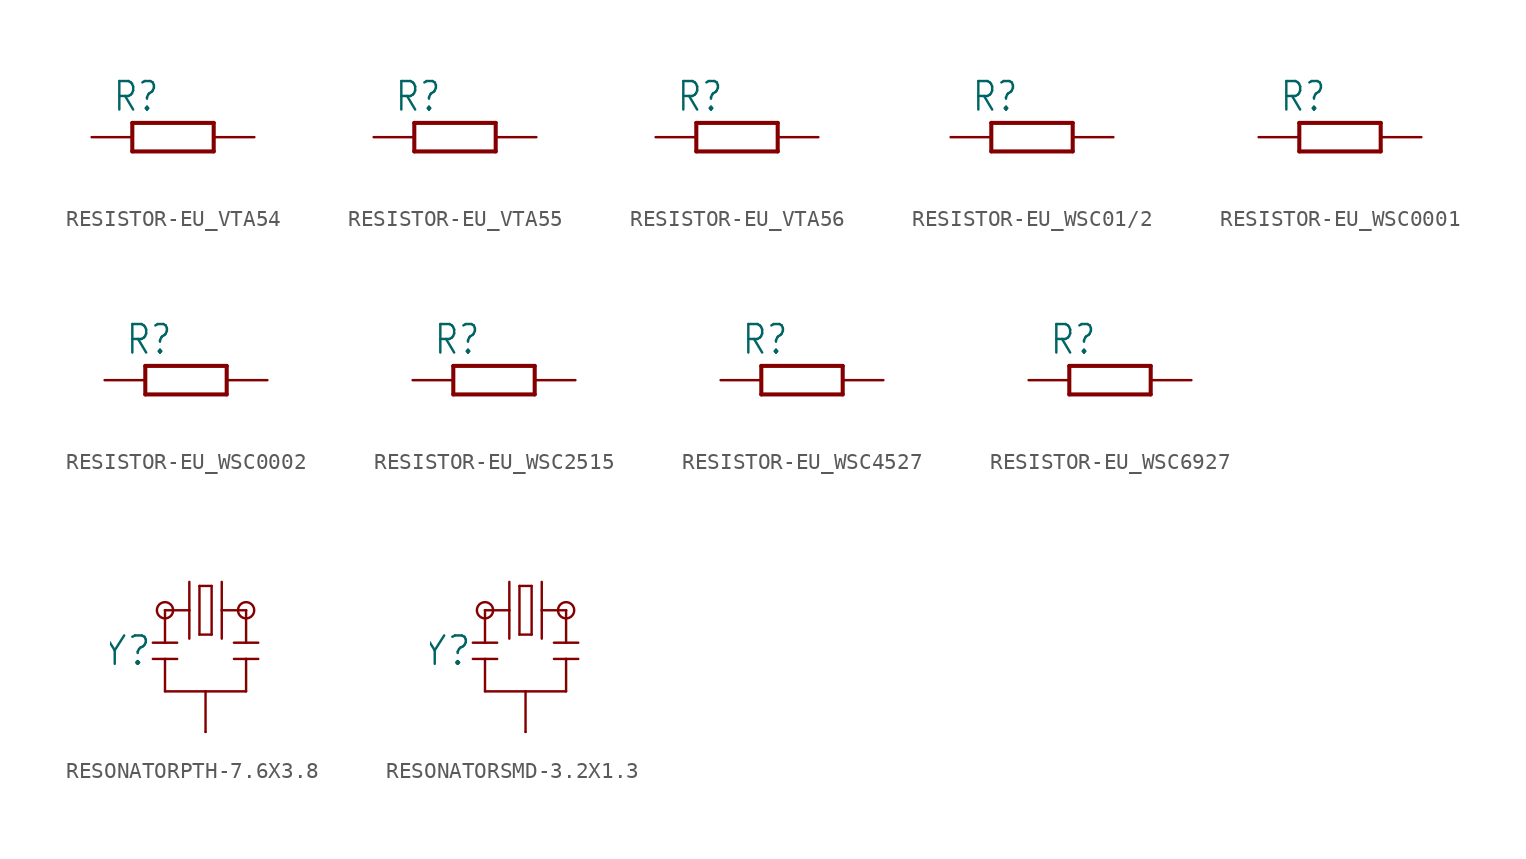
<source format=kicad_sym>
(kicad_symbol_lib
  (version 20231120)
  (generator "kicad_symbol_editor")
  (generator_version "8.0")
  (symbol "RESISTOR-EU_VTA54"
    (property "Reference" "R"
      (at -3.81 1.499 0)
      (effects (font (size 1.778 1.511)) (justify left bottom)))
    (property "Value" ""
      (at -3.81 -3.302 0)
      (effects (font (size 1.778 1.511)) (justify left bottom)))
    (property "ki_locked" ""
      (at 0 0 0)
      (effects (font (size 1.27 1.27))))
    (symbol "RESISTOR-EU_VTA54_1_0"
      (polyline (pts (xy -2.54 -0.889) (xy -2.54 0.889)) (stroke (width 0.254) (type solid)) (fill (type none)))
      (polyline (pts (xy -2.54 -0.889) (xy 2.54 -0.889)) (stroke (width 0.254) (type solid)) (fill (type none)))
      (polyline (pts (xy 2.54 -0.889) (xy 2.54 0.889)) (stroke (width 0.254) (type solid)) (fill (type none)))
      (polyline (pts (xy 2.54 0.889) (xy -2.54 0.889)) (stroke (width 0.254) (type solid)) (fill (type none)))
      (pin passive line (at -5.08 0 0) (length 2.54) (name "1" (effects (font (size 0 0)))) (number "1" (effects (font (size 0 0)))))
      (pin passive line (at 5.08 0 180) (length 2.54) (name "2" (effects (font (size 0 0)))) (number "2" (effects (font (size 0 0)))))))
  (symbol "RESISTOR-EU_VTA55"
    (property "Reference" "R"
      (at -3.81 1.499 0)
      (effects (font (size 1.778 1.511)) (justify left bottom)))
    (property "Value" ""
      (at -3.81 -3.302 0)
      (effects (font (size 1.778 1.511)) (justify left bottom)))
    (property "ki_locked" ""
      (at 0 0 0)
      (effects (font (size 1.27 1.27))))
    (symbol "RESISTOR-EU_VTA55_1_0"
      (polyline (pts (xy -2.54 -0.889) (xy -2.54 0.889)) (stroke (width 0.254) (type solid)) (fill (type none)))
      (polyline (pts (xy -2.54 -0.889) (xy 2.54 -0.889)) (stroke (width 0.254) (type solid)) (fill (type none)))
      (polyline (pts (xy 2.54 -0.889) (xy 2.54 0.889)) (stroke (width 0.254) (type solid)) (fill (type none)))
      (polyline (pts (xy 2.54 0.889) (xy -2.54 0.889)) (stroke (width 0.254) (type solid)) (fill (type none)))
      (pin passive line (at -5.08 0 0) (length 2.54) (name "1" (effects (font (size 0 0)))) (number "1" (effects (font (size 0 0)))))
      (pin passive line (at 5.08 0 180) (length 2.54) (name "2" (effects (font (size 0 0)))) (number "2" (effects (font (size 0 0)))))))
  (symbol "RESISTOR-EU_VTA56"
    (property "Reference" "R"
      (at -3.81 1.499 0)
      (effects (font (size 1.778 1.511)) (justify left bottom)))
    (property "Value" ""
      (at -3.81 -3.302 0)
      (effects (font (size 1.778 1.511)) (justify left bottom)))
    (property "ki_locked" ""
      (at 0 0 0)
      (effects (font (size 1.27 1.27))))
    (symbol "RESISTOR-EU_VTA56_1_0"
      (polyline (pts (xy -2.54 -0.889) (xy -2.54 0.889)) (stroke (width 0.254) (type solid)) (fill (type none)))
      (polyline (pts (xy -2.54 -0.889) (xy 2.54 -0.889)) (stroke (width 0.254) (type solid)) (fill (type none)))
      (polyline (pts (xy 2.54 -0.889) (xy 2.54 0.889)) (stroke (width 0.254) (type solid)) (fill (type none)))
      (polyline (pts (xy 2.54 0.889) (xy -2.54 0.889)) (stroke (width 0.254) (type solid)) (fill (type none)))
      (pin passive line (at -5.08 0 0) (length 2.54) (name "1" (effects (font (size 0 0)))) (number "1" (effects (font (size 0 0)))))
      (pin passive line (at 5.08 0 180) (length 2.54) (name "2" (effects (font (size 0 0)))) (number "2" (effects (font (size 0 0)))))))
  (symbol "RESISTOR-EU_WSC01/2"
    (property "Reference" "R"
      (at -3.81 1.499 0)
      (effects (font (size 1.778 1.511)) (justify left bottom)))
    (property "Value" ""
      (at -3.81 -3.302 0)
      (effects (font (size 1.778 1.511)) (justify left bottom)))
    (property "ki_locked" ""
      (at 0 0 0)
      (effects (font (size 1.27 1.27))))
    (symbol "RESISTOR-EU_WSC01/2_1_0"
      (polyline (pts (xy -2.54 -0.889) (xy -2.54 0.889)) (stroke (width 0.254) (type solid)) (fill (type none)))
      (polyline (pts (xy -2.54 -0.889) (xy 2.54 -0.889)) (stroke (width 0.254) (type solid)) (fill (type none)))
      (polyline (pts (xy 2.54 -0.889) (xy 2.54 0.889)) (stroke (width 0.254) (type solid)) (fill (type none)))
      (polyline (pts (xy 2.54 0.889) (xy -2.54 0.889)) (stroke (width 0.254) (type solid)) (fill (type none)))
      (pin passive line (at -5.08 0 0) (length 2.54) (name "1" (effects (font (size 0 0)))) (number "1" (effects (font (size 0 0)))))
      (pin passive line (at 5.08 0 180) (length 2.54) (name "2" (effects (font (size 0 0)))) (number "2" (effects (font (size 0 0)))))))
  (symbol "RESISTOR-EU_WSC0001"
    (property "Reference" "R"
      (at -3.81 1.499 0)
      (effects (font (size 1.778 1.511)) (justify left bottom)))
    (property "Value" ""
      (at -3.81 -3.302 0)
      (effects (font (size 1.778 1.511)) (justify left bottom)))
    (property "ki_locked" ""
      (at 0 0 0)
      (effects (font (size 1.27 1.27))))
    (symbol "RESISTOR-EU_WSC0001_1_0"
      (polyline (pts (xy -2.54 -0.889) (xy -2.54 0.889)) (stroke (width 0.254) (type solid)) (fill (type none)))
      (polyline (pts (xy -2.54 -0.889) (xy 2.54 -0.889)) (stroke (width 0.254) (type solid)) (fill (type none)))
      (polyline (pts (xy 2.54 -0.889) (xy 2.54 0.889)) (stroke (width 0.254) (type solid)) (fill (type none)))
      (polyline (pts (xy 2.54 0.889) (xy -2.54 0.889)) (stroke (width 0.254) (type solid)) (fill (type none)))
      (pin passive line (at -5.08 0 0) (length 2.54) (name "1" (effects (font (size 0 0)))) (number "1" (effects (font (size 0 0)))))
      (pin passive line (at 5.08 0 180) (length 2.54) (name "2" (effects (font (size 0 0)))) (number "2" (effects (font (size 0 0)))))))
  (symbol "RESISTOR-EU_WSC0002"
    (property "Reference" "R"
      (at -3.81 1.499 0)
      (effects (font (size 1.778 1.511)) (justify left bottom)))
    (property "Value" ""
      (at -3.81 -3.302 0)
      (effects (font (size 1.778 1.511)) (justify left bottom)))
    (property "ki_locked" ""
      (at 0 0 0)
      (effects (font (size 1.27 1.27))))
    (symbol "RESISTOR-EU_WSC0002_1_0"
      (polyline (pts (xy -2.54 -0.889) (xy -2.54 0.889)) (stroke (width 0.254) (type solid)) (fill (type none)))
      (polyline (pts (xy -2.54 -0.889) (xy 2.54 -0.889)) (stroke (width 0.254) (type solid)) (fill (type none)))
      (polyline (pts (xy 2.54 -0.889) (xy 2.54 0.889)) (stroke (width 0.254) (type solid)) (fill (type none)))
      (polyline (pts (xy 2.54 0.889) (xy -2.54 0.889)) (stroke (width 0.254) (type solid)) (fill (type none)))
      (pin passive line (at -5.08 0 0) (length 2.54) (name "1" (effects (font (size 0 0)))) (number "1" (effects (font (size 0 0)))))
      (pin passive line (at 5.08 0 180) (length 2.54) (name "2" (effects (font (size 0 0)))) (number "2" (effects (font (size 0 0)))))))
  (symbol "RESISTOR-EU_WSC2515"
    (property "Reference" "R"
      (at -3.81 1.499 0)
      (effects (font (size 1.778 1.511)) (justify left bottom)))
    (property "Value" ""
      (at -3.81 -3.302 0)
      (effects (font (size 1.778 1.511)) (justify left bottom)))
    (property "ki_locked" ""
      (at 0 0 0)
      (effects (font (size 1.27 1.27))))
    (symbol "RESISTOR-EU_WSC2515_1_0"
      (polyline (pts (xy -2.54 -0.889) (xy -2.54 0.889)) (stroke (width 0.254) (type solid)) (fill (type none)))
      (polyline (pts (xy -2.54 -0.889) (xy 2.54 -0.889)) (stroke (width 0.254) (type solid)) (fill (type none)))
      (polyline (pts (xy 2.54 -0.889) (xy 2.54 0.889)) (stroke (width 0.254) (type solid)) (fill (type none)))
      (polyline (pts (xy 2.54 0.889) (xy -2.54 0.889)) (stroke (width 0.254) (type solid)) (fill (type none)))
      (pin passive line (at -5.08 0 0) (length 2.54) (name "1" (effects (font (size 0 0)))) (number "1" (effects (font (size 0 0)))))
      (pin passive line (at 5.08 0 180) (length 2.54) (name "2" (effects (font (size 0 0)))) (number "2" (effects (font (size 0 0)))))))
  (symbol "RESISTOR-EU_WSC4527"
    (property "Reference" "R"
      (at -3.81 1.499 0)
      (effects (font (size 1.778 1.511)) (justify left bottom)))
    (property "Value" ""
      (at -3.81 -3.302 0)
      (effects (font (size 1.778 1.511)) (justify left bottom)))
    (property "ki_locked" ""
      (at 0 0 0)
      (effects (font (size 1.27 1.27))))
    (symbol "RESISTOR-EU_WSC4527_1_0"
      (polyline (pts (xy -2.54 -0.889) (xy -2.54 0.889)) (stroke (width 0.254) (type solid)) (fill (type none)))
      (polyline (pts (xy -2.54 -0.889) (xy 2.54 -0.889)) (stroke (width 0.254) (type solid)) (fill (type none)))
      (polyline (pts (xy 2.54 -0.889) (xy 2.54 0.889)) (stroke (width 0.254) (type solid)) (fill (type none)))
      (polyline (pts (xy 2.54 0.889) (xy -2.54 0.889)) (stroke (width 0.254) (type solid)) (fill (type none)))
      (pin passive line (at -5.08 0 0) (length 2.54) (name "1" (effects (font (size 0 0)))) (number "1" (effects (font (size 0 0)))))
      (pin passive line (at 5.08 0 180) (length 2.54) (name "2" (effects (font (size 0 0)))) (number "2" (effects (font (size 0 0)))))))
  (symbol "RESISTOR-EU_WSC6927"
    (property "Reference" "R"
      (at -3.81 1.499 0)
      (effects (font (size 1.778 1.511)) (justify left bottom)))
    (property "Value" ""
      (at -3.81 -3.302 0)
      (effects (font (size 1.778 1.511)) (justify left bottom)))
    (property "ki_locked" ""
      (at 0 0 0)
      (effects (font (size 1.27 1.27))))
    (symbol "RESISTOR-EU_WSC6927_1_0"
      (polyline (pts (xy -2.54 -0.889) (xy -2.54 0.889)) (stroke (width 0.254) (type solid)) (fill (type none)))
      (polyline (pts (xy -2.54 -0.889) (xy 2.54 -0.889)) (stroke (width 0.254) (type solid)) (fill (type none)))
      (polyline (pts (xy 2.54 -0.889) (xy 2.54 0.889)) (stroke (width 0.254) (type solid)) (fill (type none)))
      (polyline (pts (xy 2.54 0.889) (xy -2.54 0.889)) (stroke (width 0.254) (type solid)) (fill (type none)))
      (pin passive line (at -5.08 0 0) (length 2.54) (name "1" (effects (font (size 0 0)))) (number "1" (effects (font (size 0 0)))))
      (pin passive line (at 5.08 0 180) (length 2.54) (name "2" (effects (font (size 0 0)))) (number "2" (effects (font (size 0 0)))))))
  (symbol "RESONATORPTH-7.6X3.8"
    (property "Reference" "Y"
      (at -3.302 -2.54 0)
      (effects (font (size 1.778 1.778)) (justify right)))
    (property "Value" ""
      (at 0 2.032 0)
      (effects (font (size 1.778 1.778)) (justify bottom)))
    (property "ki_locked" ""
      (at 0 0 0)
      (effects (font (size 1.27 1.27))))
    (symbol "RESONATORPTH-7.6X3.8_1_0"
      (circle (center -2.54 0) (radius 0.508) (stroke (width 0) (type solid)) (fill (type none)))
      (polyline (pts (xy -2.54 -3.048) (xy -3.302 -3.048)) (stroke (width 0.152) (type solid)) (fill (type none)))
      (polyline (pts (xy -2.54 -3.048) (xy -2.54 -5.08)) (stroke (width 0.152) (type solid)) (fill (type none)))
      (polyline (pts (xy -2.54 -2.032) (xy -3.302 -2.032)) (stroke (width 0.152) (type solid)) (fill (type none)))
      (polyline (pts (xy -2.54 -2.032) (xy -2.54 0)) (stroke (width 0.152) (type solid)) (fill (type none)))
      (polyline (pts (xy -2.54 0) (xy -1.016 0)) (stroke (width 0.152) (type solid)) (fill (type none)))
      (polyline (pts (xy -1.778 -3.048) (xy -2.54 -3.048)) (stroke (width 0.152) (type solid)) (fill (type none)))
      (polyline (pts (xy -1.778 -2.032) (xy -2.54 -2.032)) (stroke (width 0.152) (type solid)) (fill (type none)))
      (polyline (pts (xy -1.016 0) (xy -1.016 -1.778)) (stroke (width 0.152) (type solid)) (fill (type none)))
      (polyline (pts (xy -1.016 1.778) (xy -1.016 0)) (stroke (width 0.152) (type solid)) (fill (type none)))
      (polyline (pts (xy -0.381 -1.524) (xy 0.381 -1.524)) (stroke (width 0.152) (type solid)) (fill (type none)))
      (polyline (pts (xy -0.381 1.524) (xy -0.381 -1.524)) (stroke (width 0.152) (type solid)) (fill (type none)))
      (polyline (pts (xy 0 -5.08) (xy -2.54 -5.08)) (stroke (width 0.152) (type solid)) (fill (type none)))
      (polyline (pts (xy 0 -5.08) (xy 0 -7.62)) (stroke (width 0.152) (type solid)) (fill (type none)))
      (polyline (pts (xy 0.381 -1.524) (xy 0.381 1.524)) (stroke (width 0.152) (type solid)) (fill (type none)))
      (polyline (pts (xy 0.381 1.524) (xy -0.381 1.524)) (stroke (width 0.152) (type solid)) (fill (type none)))
      (polyline (pts (xy 1.016 0) (xy 1.016 -1.778)) (stroke (width 0.152) (type solid)) (fill (type none)))
      (polyline (pts (xy 1.016 0) (xy 2.54 0)) (stroke (width 0.152) (type solid)) (fill (type none)))
      (polyline (pts (xy 1.016 1.778) (xy 1.016 0)) (stroke (width 0.152) (type solid)) (fill (type none)))
      (polyline (pts (xy 2.54 -5.08) (xy 0 -5.08)) (stroke (width 0.152) (type solid)) (fill (type none)))
      (polyline (pts (xy 2.54 -3.048) (xy 1.778 -3.048)) (stroke (width 0.152) (type solid)) (fill (type none)))
      (polyline (pts (xy 2.54 -3.048) (xy 2.54 -5.08)) (stroke (width 0.152) (type solid)) (fill (type none)))
      (polyline (pts (xy 2.54 -2.032) (xy 1.778 -2.032)) (stroke (width 0.152) (type solid)) (fill (type none)))
      (polyline (pts (xy 2.54 0) (xy 2.54 -2.032)) (stroke (width 0.152) (type solid)) (fill (type none)))
      (polyline (pts (xy 3.302 -3.048) (xy 2.54 -3.048)) (stroke (width 0.152) (type solid)) (fill (type none)))
      (polyline (pts (xy 3.302 -2.032) (xy 2.54 -2.032)) (stroke (width 0.152) (type solid)) (fill (type none)))
      (circle (center 2.54 0) (radius 0.508) (stroke (width 0) (type solid)) (fill (type none)))
      (pin passive line (at -2.54 0 0) (length 0) (name "1" (effects (font (size 0 0)))) (number "1" (effects (font (size 0 0)))))
      (pin passive line (at 0 -7.62 90) (length 0) (name "2" (effects (font (size 0 0)))) (number "2" (effects (font (size 0 0)))))
      (pin passive line (at 2.54 0 180) (length 0) (name "3" (effects (font (size 0 0)))) (number "3" (effects (font (size 0 0)))))))
  (symbol "RESONATORSMD-3.2X1.3"
    (property "Reference" "Y"
      (at -3.302 -2.54 0)
      (effects (font (size 1.778 1.778)) (justify right)))
    (property "Value" ""
      (at 0 2.032 0)
      (effects (font (size 1.778 1.778)) (justify bottom)))
    (property "ki_locked" ""
      (at 0 0 0)
      (effects (font (size 1.27 1.27))))
    (symbol "RESONATORSMD-3.2X1.3_1_0"
      (circle (center -2.54 0) (radius 0.508) (stroke (width 0) (type solid)) (fill (type none)))
      (polyline (pts (xy -2.54 -3.048) (xy -3.302 -3.048)) (stroke (width 0.152) (type solid)) (fill (type none)))
      (polyline (pts (xy -2.54 -3.048) (xy -2.54 -5.08)) (stroke (width 0.152) (type solid)) (fill (type none)))
      (polyline (pts (xy -2.54 -2.032) (xy -3.302 -2.032)) (stroke (width 0.152) (type solid)) (fill (type none)))
      (polyline (pts (xy -2.54 -2.032) (xy -2.54 0)) (stroke (width 0.152) (type solid)) (fill (type none)))
      (polyline (pts (xy -2.54 0) (xy -1.016 0)) (stroke (width 0.152) (type solid)) (fill (type none)))
      (polyline (pts (xy -1.778 -3.048) (xy -2.54 -3.048)) (stroke (width 0.152) (type solid)) (fill (type none)))
      (polyline (pts (xy -1.778 -2.032) (xy -2.54 -2.032)) (stroke (width 0.152) (type solid)) (fill (type none)))
      (polyline (pts (xy -1.016 0) (xy -1.016 -1.778)) (stroke (width 0.152) (type solid)) (fill (type none)))
      (polyline (pts (xy -1.016 1.778) (xy -1.016 0)) (stroke (width 0.152) (type solid)) (fill (type none)))
      (polyline (pts (xy -0.381 -1.524) (xy 0.381 -1.524)) (stroke (width 0.152) (type solid)) (fill (type none)))
      (polyline (pts (xy -0.381 1.524) (xy -0.381 -1.524)) (stroke (width 0.152) (type solid)) (fill (type none)))
      (polyline (pts (xy 0 -5.08) (xy -2.54 -5.08)) (stroke (width 0.152) (type solid)) (fill (type none)))
      (polyline (pts (xy 0 -5.08) (xy 0 -7.62)) (stroke (width 0.152) (type solid)) (fill (type none)))
      (polyline (pts (xy 0.381 -1.524) (xy 0.381 1.524)) (stroke (width 0.152) (type solid)) (fill (type none)))
      (polyline (pts (xy 0.381 1.524) (xy -0.381 1.524)) (stroke (width 0.152) (type solid)) (fill (type none)))
      (polyline (pts (xy 1.016 0) (xy 1.016 -1.778)) (stroke (width 0.152) (type solid)) (fill (type none)))
      (polyline (pts (xy 1.016 0) (xy 2.54 0)) (stroke (width 0.152) (type solid)) (fill (type none)))
      (polyline (pts (xy 1.016 1.778) (xy 1.016 0)) (stroke (width 0.152) (type solid)) (fill (type none)))
      (polyline (pts (xy 2.54 -5.08) (xy 0 -5.08)) (stroke (width 0.152) (type solid)) (fill (type none)))
      (polyline (pts (xy 2.54 -3.048) (xy 1.778 -3.048)) (stroke (width 0.152) (type solid)) (fill (type none)))
      (polyline (pts (xy 2.54 -3.048) (xy 2.54 -5.08)) (stroke (width 0.152) (type solid)) (fill (type none)))
      (polyline (pts (xy 2.54 -2.032) (xy 1.778 -2.032)) (stroke (width 0.152) (type solid)) (fill (type none)))
      (polyline (pts (xy 2.54 0) (xy 2.54 -2.032)) (stroke (width 0.152) (type solid)) (fill (type none)))
      (polyline (pts (xy 3.302 -3.048) (xy 2.54 -3.048)) (stroke (width 0.152) (type solid)) (fill (type none)))
      (polyline (pts (xy 3.302 -2.032) (xy 2.54 -2.032)) (stroke (width 0.152) (type solid)) (fill (type none)))
      (circle (center 2.54 0) (radius 0.508) (stroke (width 0) (type solid)) (fill (type none)))
      (pin passive line (at -2.54 0 0) (length 0) (name "1" (effects (font (size 0 0)))) (number "1" (effects (font (size 0 0)))))
      (pin passive line (at 0 -7.62 90) (length 0) (name "2" (effects (font (size 0 0)))) (number "2" (effects (font (size 0 0)))))
      (pin passive line (at 2.54 0 180) (length 0) (name "3" (effects (font (size 0 0)))) (number "3" (effects (font (size 0 0))))))))
</source>
